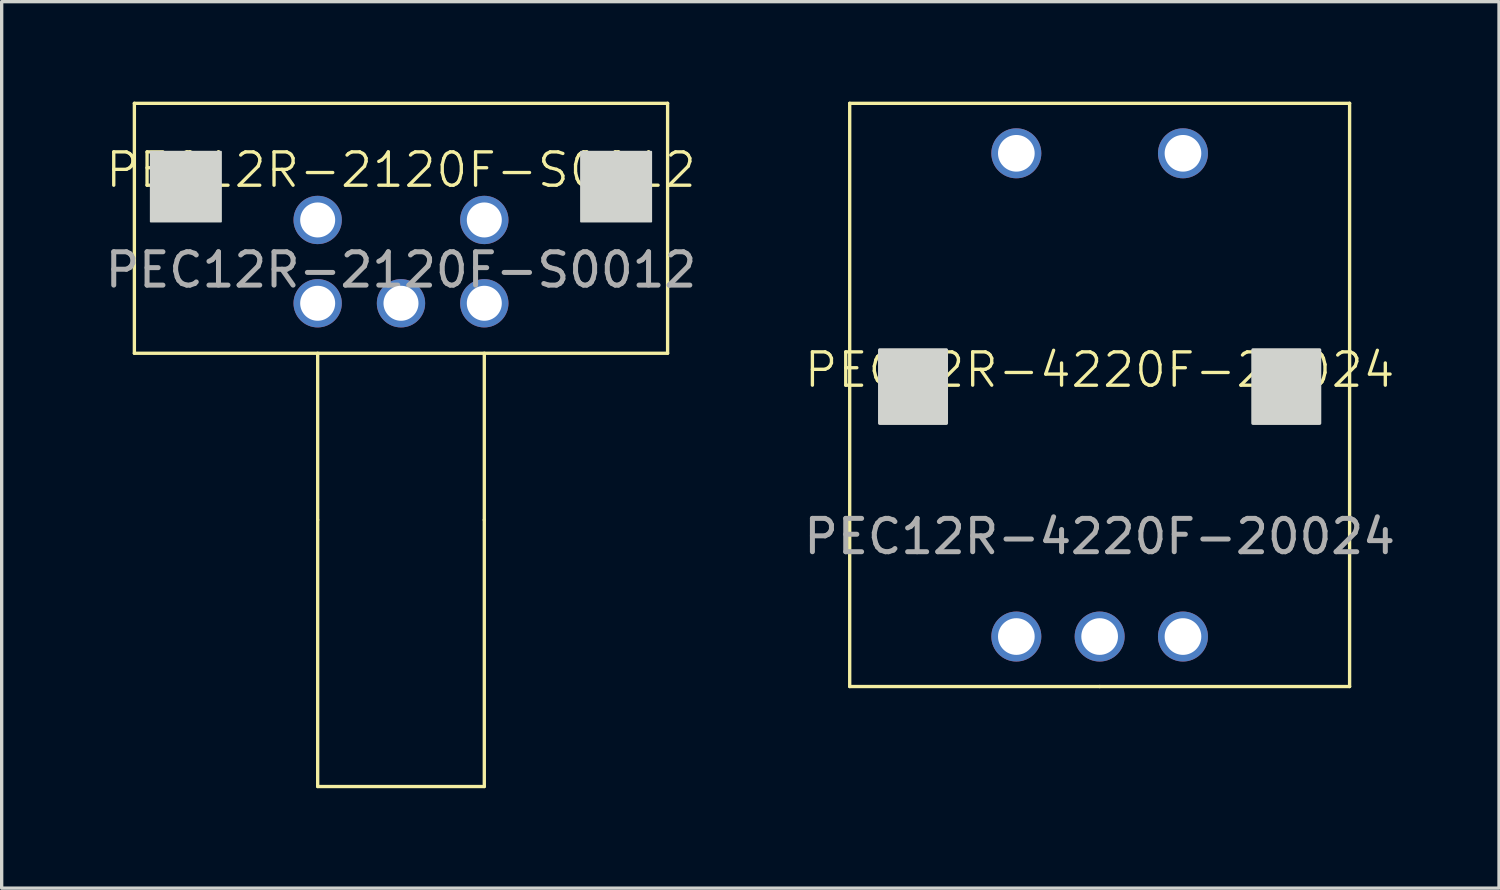
<source format=kicad_pcb>
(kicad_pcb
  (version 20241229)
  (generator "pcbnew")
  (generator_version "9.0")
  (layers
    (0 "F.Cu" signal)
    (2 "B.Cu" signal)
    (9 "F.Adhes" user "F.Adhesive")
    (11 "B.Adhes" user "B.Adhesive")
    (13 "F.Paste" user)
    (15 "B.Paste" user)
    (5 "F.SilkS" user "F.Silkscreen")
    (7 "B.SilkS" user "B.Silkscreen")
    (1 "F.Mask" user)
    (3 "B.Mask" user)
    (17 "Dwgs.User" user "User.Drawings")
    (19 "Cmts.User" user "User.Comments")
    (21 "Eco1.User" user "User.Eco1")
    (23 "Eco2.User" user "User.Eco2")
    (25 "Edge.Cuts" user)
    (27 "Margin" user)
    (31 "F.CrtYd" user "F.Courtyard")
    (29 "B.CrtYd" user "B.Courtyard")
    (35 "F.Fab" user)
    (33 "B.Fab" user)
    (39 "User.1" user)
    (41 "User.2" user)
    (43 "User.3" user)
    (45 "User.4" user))
  (footprint "PEC12R-2120F-S0012"
    (layer "F.Cu")
    (at 8.982 2.55)
    (property "Reference" "PEC12R-2120F-S0012" (at 0 -0.5 0) (unlocked yes) (layer "F.SilkS") (effects (font (size 1 1) (thickness 0.1))))
    (attr through_hole)
    (fp_line (start -8 -2.5) (end -8 5) (stroke (width 0.1) (type default)) (layer "F.SilkS"))
    (fp_line (start -8 5) (end 8 5) (stroke (width 0.1) (type default)) (layer "F.SilkS"))
    (fp_line (start -2.5 5) (end -2.5 10) (stroke (width 0.1) (type default)) (layer "F.SilkS"))
    (fp_line (start -2.5 10) (end -2.5 18) (stroke (width 0.1) (type default)) (layer "F.SilkS"))
    (fp_line (start -2.5 18) (end 2.5 18) (stroke (width 0.1) (type default)) (layer "F.SilkS"))
    (fp_line (start 2.5 5) (end 2.5 10) (stroke (width 0.1) (type default)) (layer "F.SilkS"))
    (fp_line (start 2.5 10) (end 2.5 18) (stroke (width 0.1) (type default)) (layer "F.SilkS"))
    (fp_line (start 8 -2.5) (end -8 -2.5) (stroke (width 0.1) (type default)) (layer "F.SilkS"))
    (fp_line (start 8 5) (end 8 -2.5) (stroke (width 0.1) (type default)) (layer "F.SilkS"))
    (fp_poly (pts (xy -7.51 -1.05) (xy -5.4 -1.05) (xy -5.4 1.05) (xy -7.51 1.05)) (stroke (width 0.05) (type solid)) (fill yes) (layer "Edge.Cuts"))
    (fp_poly (pts (xy 5.4 1.05) (xy 7.51 1.05) (xy 7.51 -1.05) (xy 5.4 -1.05)) (stroke (width 0.05) (type solid)) (fill yes) (layer "Edge.Cuts"))
    (fp_text user "${REFERENCE}" (at 0 2.5 0) (unlocked yes) (layer "F.Fab") (effects (font (size 1 1) (thickness 0.15))))
    (pad "A" thru_hole circle (at -2.5 3.5) (size 1.45 1.45) (drill 1.05) (layers "*.Cu" "*.Mask"))
    (pad "B" thru_hole circle (at 2.5 3.5) (size 1.45 1.45) (drill 1.05) (layers "*.Cu" "*.Mask"))
    (pad "C" thru_hole circle (at 0 3.5) (size 1.45 1.45) (drill 1.05) (layers "*.Cu" "*.Mask"))
    (pad "S1" thru_hole circle (at -2.5 1) (size 1.45 1.45) (drill 1.05) (layers "*.Cu" "*.Mask"))
    (pad "S2" thru_hole circle (at 2.5 1) (size 1.45 1.45) (drill 1.05) (layers "*.Cu" "*.Mask")))
  (footprint "PEC12R-4220F-20024"
    (layer "F.Cu")
    (at 29.946 8.55)
    (property "Reference" "PEC12R-4220F-20024" (at -0.000001 -0.5 0) (unlocked yes) (layer "F.SilkS") (effects (font (size 1 1) (thickness 0.1))))
    (attr through_hole)
    (fp_line (start -7.5 -8.5) (end -7.5 9) (stroke (width 0.1) (type default)) (layer "F.SilkS"))
    (fp_line (start -7.5 9) (end 0 9) (stroke (width 0.1) (type default)) (layer "F.SilkS"))
    (fp_line (start 0 9) (end 7.5 9) (stroke (width 0.1) (type default)) (layer "F.SilkS"))
    (fp_line (start 7.5 9) (end 7.5 -0.000001) (stroke (width 0.1) (type default)) (layer "F.SilkS"))
    (fp_line (start 7.5 -8.5) (end -7.5 -8.5) (stroke (width 0.1) (type default)) (layer "F.SilkS"))
    (fp_line (start 7.5 -0.000001) (end 7.5 -8.5) (stroke (width 0.1) (type default)) (layer "F.SilkS"))
    (fp_poly (pts (xy -6.6 -1.1) (xy -4.6 -1.1) (xy -4.6 1.1) (xy -6.6 1.1)) (stroke (width 0.1) (type solid)) (fill yes) (layer "Edge.Cuts"))
    (fp_poly (pts (xy 6.6 -1.1) (xy 4.6 -1.1) (xy 4.6 1.1) (xy 6.6 1.1)) (stroke (width 0.1) (type solid)) (fill yes) (layer "Edge.Cuts"))
    (fp_text user "${REFERENCE}" (at 0.000001 4.5 0) (unlocked yes) (layer "F.Fab") (effects (font (size 1 1) (thickness 0.15))))
    (pad "A" thru_hole circle (at -2.5 7.5) (size 1.5 1.5) (drill 1.1) (layers "*.Cu" "*.Mask"))
    (pad "B" thru_hole circle (at 2.5 7.5) (size 1.5 1.5) (drill 1.1) (layers "*.Cu" "*.Mask"))
    (pad "C" thru_hole circle (at 0.000001 7.5) (size 1.5 1.5) (drill 1.1) (layers "*.Cu" "*.Mask"))
    (pad "S1" thru_hole circle (at -2.5 -7) (size 1.5 1.5) (drill 1.1) (layers "*.Cu" "*.Mask"))
    (pad "S2" thru_hole circle (at 2.5 -7) (size 1.5 1.5) (drill 1.1) (layers "*.Cu" "*.Mask")))
  (gr_rect
    (start -3 -3)
    (end 41.929 23.6)
    (stroke (width 0.1) (type default))
    (fill no)
    (layer "Edge.Cuts")))
</source>
